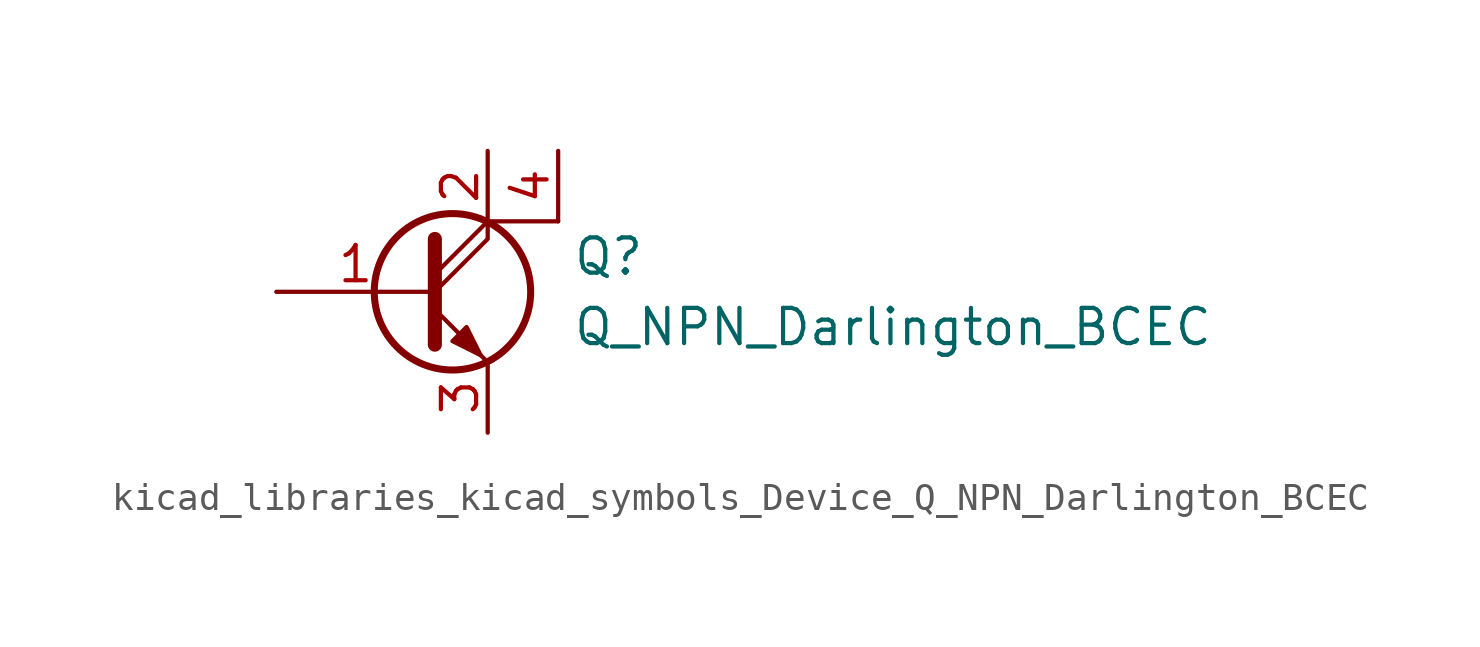
<source format=kicad_sym>
(kicad_symbol_lib
  (version 20220914)
  (generator kicad_symbol_editor)
  (symbol "kicad_libraries_kicad_symbols_Device_Q_NPN_Darlington_BCEC"
    (pin_names
      (offset 0) hide)
    (property "Reference" "Q"
      (at 5.588 1.27 0)
      (effects (font (size 1.27 1.27)) (justify left)))
    (property "Value" "Q_NPN_Darlington_BCEC"
      (at 5.588 -1.27 0)
      (effects (font (size 1.27 1.27)) (justify left)))
    (symbol "kicad_libraries_kicad_symbols_Device_Q_NPN_Darlington_BCEC_0_1"
      (polyline (pts (xy 0.635 0.635) (xy 2.54 2.54)) (stroke (width 0) (type default)) (fill (type none)))
      (polyline (pts (xy 5.08 2.54) (xy 2.54 2.54)) (stroke (width 0) (type default)) (fill (type none)))
      (polyline (pts (xy 0.635 -0.635) (xy 2.54 -2.54) (xy 2.54 -2.54)) (stroke (width 0) (type default)) (fill (type none)))
      (polyline (pts (xy 0.635 0) (xy 2.54 1.905) (xy 2.54 2.54)) (stroke (width 0) (type default)) (fill (type none)))
      (polyline (pts (xy 0.635 1.905) (xy 0.635 -1.905) (xy 0.635 -1.905)) (stroke (width 0.508) (type default)) (fill (type none)))
      (polyline (pts (xy 1.27 -1.778) (xy 1.778 -1.27) (xy 2.286 -2.286) (xy 1.27 -1.778) (xy 1.27 -1.778)) (stroke (width 0) (type default)) (fill (type outline)))
      (circle (center 1.27 0) (radius 2.819) (stroke (width 0.254) (type default)) (fill (type none))))
    (symbol "kicad_libraries_kicad_symbols_Device_Q_NPN_Darlington_BCEC_1_1"
      (pin input line (at -5.08 0 0) (length 5.715) (name "B" (effects (font (size 1.27 1.27)))) (number "1" (effects (font (size 1.27 1.27)))))
      (pin passive line (at 2.54 5.08 270) (length 2.54) (name "C" (effects (font (size 1.27 1.27)))) (number "2" (effects (font (size 1.27 1.27)))))
      (pin passive line (at 2.54 -5.08 90) (length 2.54) (name "E" (effects (font (size 1.27 1.27)))) (number "3" (effects (font (size 1.27 1.27)))))
      (pin input line (at 5.08 5.08 270) (length 2.54) (name "C2" (effects (font (size 1.27 1.27)))) (number "4" (effects (font (size 1.27 1.27))))))))
</source>
